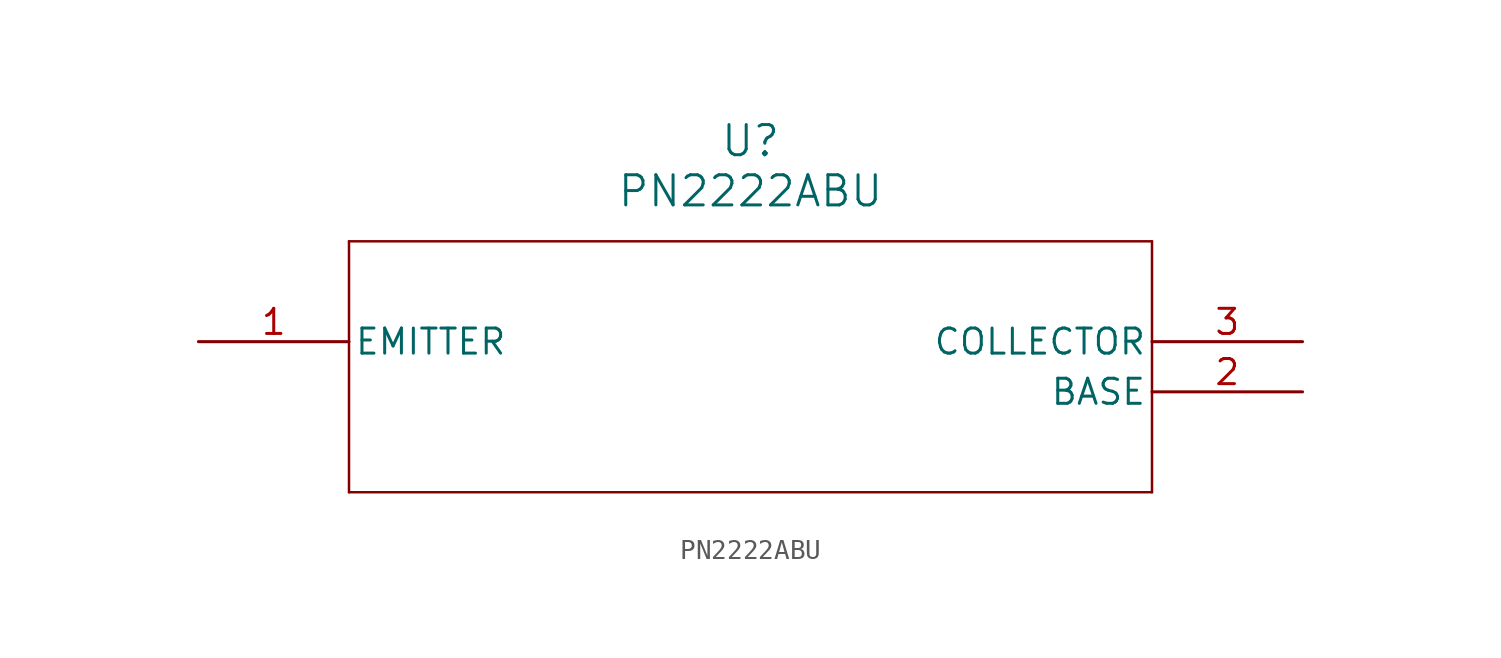
<source format=kicad_sym>
(kicad_symbol_lib
  (version 20211014)
  (generator kicad_symbol_editor)
  (symbol "PN2222ABU"
    (pin_names
      (offset 0.254))
    (property "Reference" "U"
      (at 27.94 10.16 0)
      (effects (font (size 1.524 1.524))))
    (property "Value" "PN2222ABU"
      (at 27.94 7.62 0)
      (effects (font (size 1.524 1.524))))
    (symbol "PN2222ABU_0_1"
      (polyline (pts (xy 7.62 5.08) (xy 7.62 -7.62)) (stroke (width 0.127) (type default) (color 0 0 0 0)) (fill (type none)))
      (polyline (pts (xy 7.62 -7.62) (xy 48.26 -7.62)) (stroke (width 0.127) (type default) (color 0 0 0 0)) (fill (type none)))
      (polyline (pts (xy 48.26 -7.62) (xy 48.26 5.08)) (stroke (width 0.127) (type default) (color 0 0 0 0)) (fill (type none)))
      (polyline (pts (xy 48.26 5.08) (xy 7.62 5.08)) (stroke (width 0.127) (type default) (color 0 0 0 0)) (fill (type none)))
      (pin unspecified line (at 0 0 0) (length 7.62) (name "EMITTER" (effects (font (size 1.27 1.27)))) (number "1" (effects (font (size 1.27 1.27)))))
      (pin unspecified line (at 55.88 -2.54 180) (length 7.62) (name "BASE" (effects (font (size 1.27 1.27)))) (number "2" (effects (font (size 1.27 1.27)))))
      (pin unspecified line (at 55.88 0 180) (length 7.62) (name "COLLECTOR" (effects (font (size 1.27 1.27)))) (number "3" (effects (font (size 1.27 1.27))))))))
</source>
